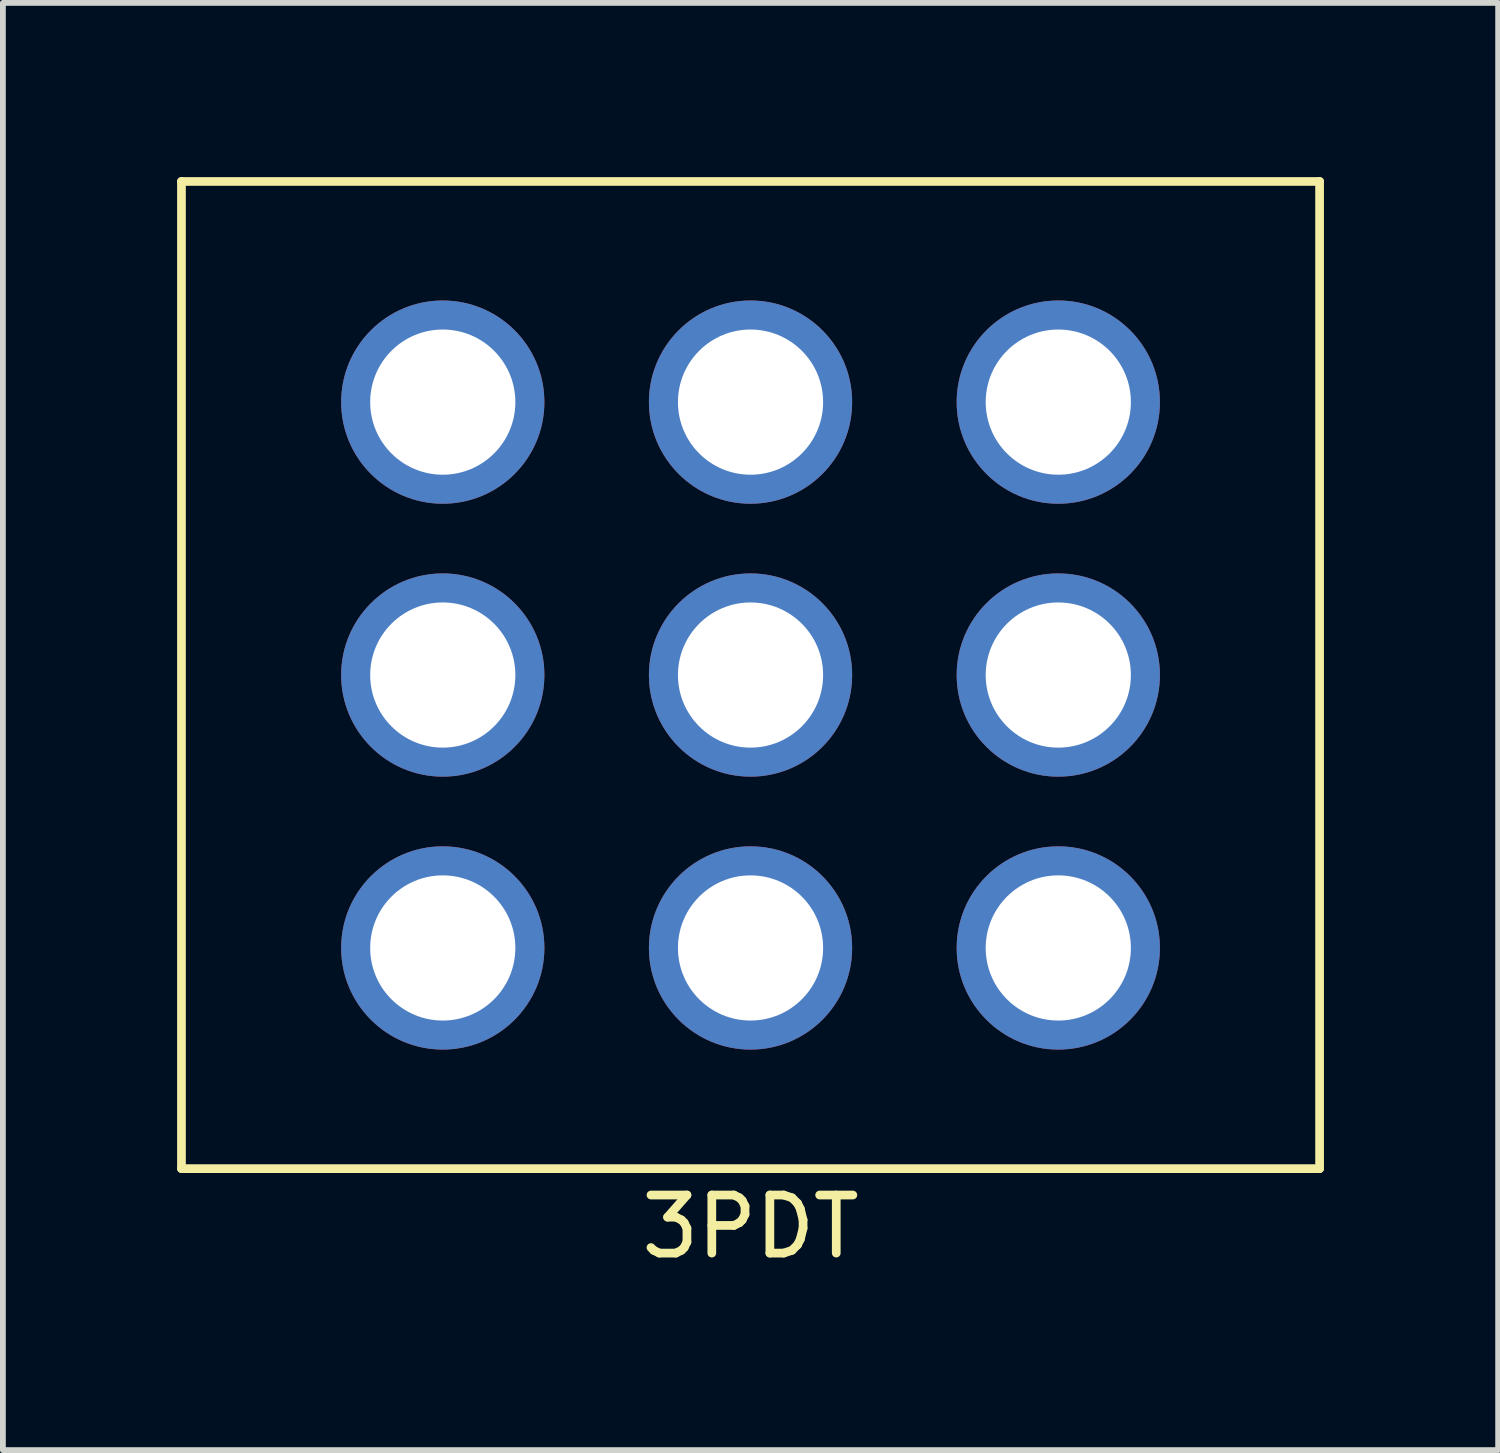
<source format=kicad_pcb>
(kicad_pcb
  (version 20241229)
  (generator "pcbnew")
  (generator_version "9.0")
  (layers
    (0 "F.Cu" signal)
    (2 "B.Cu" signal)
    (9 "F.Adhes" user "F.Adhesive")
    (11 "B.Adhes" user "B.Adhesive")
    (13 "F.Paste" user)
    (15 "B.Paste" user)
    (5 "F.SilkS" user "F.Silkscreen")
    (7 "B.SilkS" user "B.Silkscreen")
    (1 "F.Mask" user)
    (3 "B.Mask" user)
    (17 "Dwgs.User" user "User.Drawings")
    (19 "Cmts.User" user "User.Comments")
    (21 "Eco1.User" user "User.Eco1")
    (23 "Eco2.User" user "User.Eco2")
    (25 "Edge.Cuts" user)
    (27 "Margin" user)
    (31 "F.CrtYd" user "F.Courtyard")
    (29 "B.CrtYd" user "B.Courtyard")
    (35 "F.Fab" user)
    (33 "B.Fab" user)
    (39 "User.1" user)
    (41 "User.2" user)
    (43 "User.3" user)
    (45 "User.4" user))
  (footprint "3PDT"
    (layer "F.Cu")
    (at 9.875 8.575)
    (property "Reference" "3PDT" (at 0 9.5 0) (layer "F.SilkS") (effects (font (size 1 1) (thickness 0.15))))
    (attr through_hole)
    (fp_line (start -9.8 -8.5) (end 9.8 -8.5) (stroke (width 0.15) (type solid)) (layer "F.SilkS"))
    (fp_line (start -9.8 8.5) (end -9.8 -8.5) (stroke (width 0.15) (type solid)) (layer "F.SilkS"))
    (fp_line (start 9.8 -8.5) (end 9.8 8.5) (stroke (width 0.15) (type solid)) (layer "F.SilkS"))
    (fp_line (start 9.8 8.5) (end -9.8 8.5) (stroke (width 0.15) (type solid)) (layer "F.SilkS"))
    (pad "1" thru_hole circle (at -5.3 4.7) (size 3.5 3.5) (drill 2.5) (layers "*.Cu" "*.Mask"))
    (pad "2" thru_hole circle (at -5.3 0) (size 3.5 3.5) (drill 2.5) (layers "*.Cu" "*.Mask"))
    (pad "3" thru_hole circle (at -5.3 -4.7) (size 3.5 3.5) (drill 2.5) (layers "*.Cu" "*.Mask"))
    (pad "4" thru_hole circle (at 0 4.7) (size 3.5 3.5) (drill 2.5) (layers "*.Cu" "*.Mask"))
    (pad "5" thru_hole circle (at 0 0) (size 3.5 3.5) (drill 2.5) (layers "*.Cu" "*.Mask"))
    (pad "6" thru_hole circle (at 0 -4.7) (size 3.5 3.5) (drill 2.5) (layers "*.Cu" "*.Mask"))
    (pad "7" thru_hole circle (at 5.3 4.7) (size 3.5 3.5) (drill 2.5) (layers "*.Cu" "*.Mask"))
    (pad "8" thru_hole circle (at 5.3 0) (size 3.5 3.5) (drill 2.5) (layers "*.Cu" "*.Mask"))
    (pad "9" thru_hole circle (at 5.3 -4.7) (size 3.5 3.5) (drill 2.5) (layers "*.Cu" "*.Mask")))
  (gr_rect
    (start -3 -3)
    (end 22.75 21.923)
    (stroke (width 0.1) (type default))
    (fill no)
    (layer "Edge.Cuts")))
</source>
